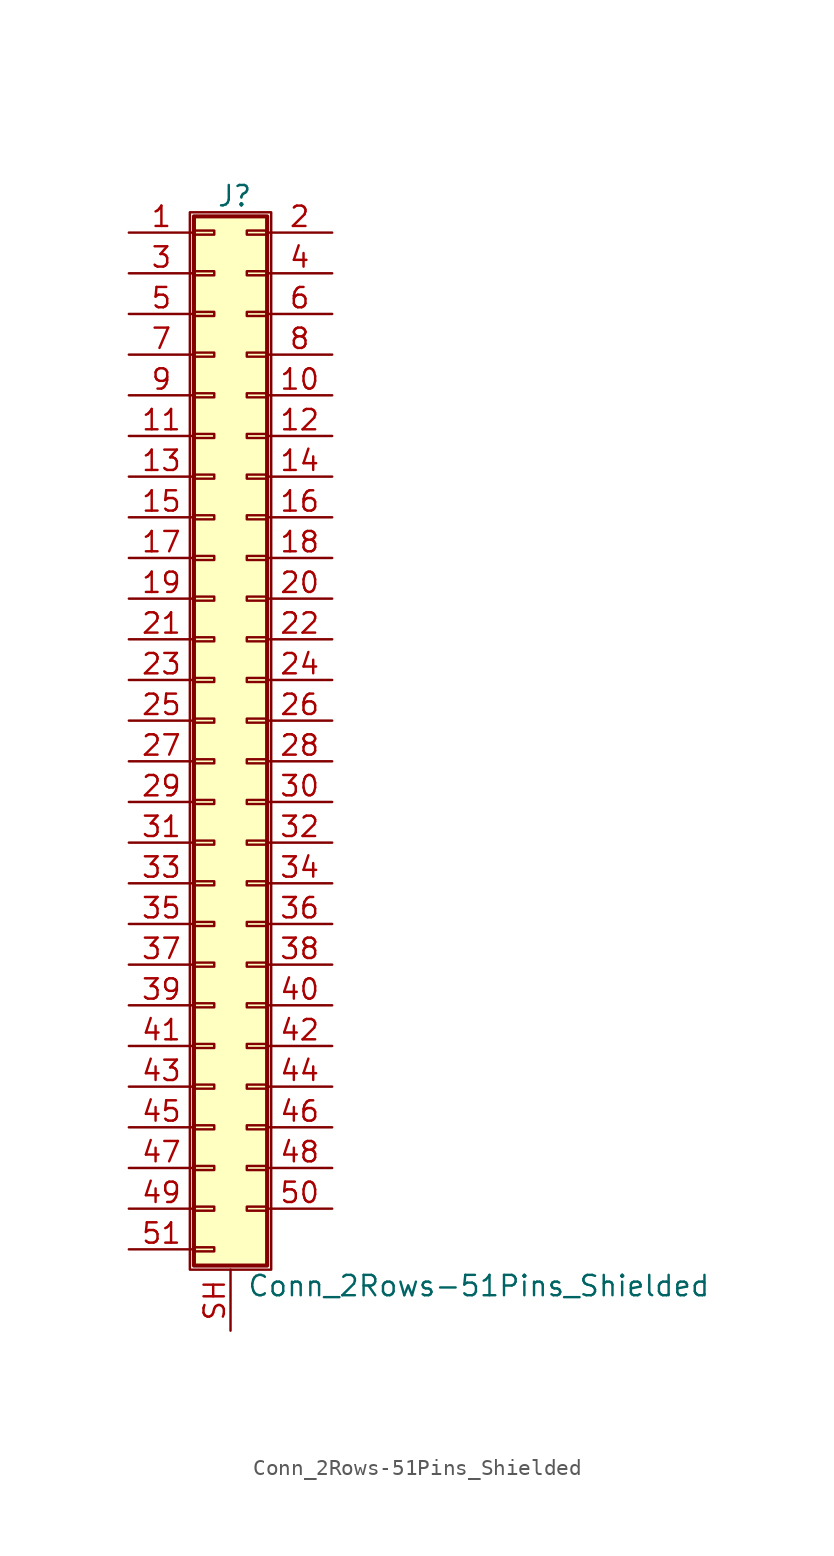
<source format=kicad_sym>
(kicad_symbol_lib
  (version 20200908)
  (generator kicad_symbol_editor)
  (symbol "Connector_Generic_Shielded:Conn_2Rows-51Pins_Shielded"
    (pin_names
      (offset 1.016) hide)
    (property "Reference" "J"
      (at 1.524 32.766 0)
      (effects (font (size 1.27 1.27))))
    (property "Value" "Conn_2Rows-51Pins_Shielded"
      (at 2.286 -35.306 0)
      (effects (font (size 1.27 1.27)) (justify left)))
    (symbol "Conn_2Rows-51Pins_Shielded_1_1"
      (rectangle (start -1.016 -27.813) (end 0.254 -28.067) (stroke (width 0.152)) (fill (type none)))
      (rectangle (start -1.016 -30.353) (end 0.254 -30.607) (stroke (width 0.152)) (fill (type none)))
      (rectangle (start -1.016 -32.893) (end 0.254 -33.147) (stroke (width 0.152)) (fill (type none)))
      (rectangle (start -1.016 -4.953) (end 0.254 -5.207) (stroke (width 0.152)) (fill (type none)))
      (rectangle (start -1.016 -7.493) (end 0.254 -7.747) (stroke (width 0.152)) (fill (type none)))
      (rectangle (start -1.016 -10.033) (end 0.254 -10.287) (stroke (width 0.152)) (fill (type none)))
      (rectangle (start -1.016 -12.573) (end 0.254 -12.827) (stroke (width 0.152)) (fill (type none)))
      (rectangle (start -1.016 -15.113) (end 0.254 -15.367) (stroke (width 0.152)) (fill (type none)))
      (rectangle (start -1.016 -17.653) (end 0.254 -17.907) (stroke (width 0.152)) (fill (type none)))
      (rectangle (start -1.016 -20.193) (end 0.254 -20.447) (stroke (width 0.152)) (fill (type none)))
      (rectangle (start -1.016 -22.733) (end 0.254 -22.987) (stroke (width 0.152)) (fill (type none)))
      (rectangle (start -1.016 -2.413) (end 0.254 -2.667) (stroke (width 0.152)) (fill (type none)))
      (rectangle (start -1.016 -25.273) (end 0.254 -25.527) (stroke (width 0.152)) (fill (type none)))
      (rectangle (start -1.016 25.527) (end 0.254 25.273) (stroke (width 0.152)) (fill (type none)))
      (rectangle (start -1.016 2.667) (end 0.254 2.413) (stroke (width 0.152)) (fill (type none)))
      (rectangle (start -1.016 28.067) (end 0.254 27.813) (stroke (width 0.152)) (fill (type none)))
      (rectangle (start -1.016 30.607) (end 0.254 30.353) (stroke (width 0.152)) (fill (type none)))
      (rectangle (start -1.016 31.496) (end 3.556 -34.036) (stroke (width 0.254)) (fill (type background)))
      (rectangle (start -1.016 5.207) (end 0.254 4.953) (stroke (width 0.152)) (fill (type none)))
      (rectangle (start -1.016 7.747) (end 0.254 7.493) (stroke (width 0.152)) (fill (type none)))
      (rectangle (start -1.016 10.287) (end 0.254 10.033) (stroke (width 0.152)) (fill (type none)))
      (rectangle (start -1.016 0.127) (end 0.254 -0.127) (stroke (width 0.152)) (fill (type none)))
      (rectangle (start -1.016 12.827) (end 0.254 12.573) (stroke (width 0.152)) (fill (type none)))
      (rectangle (start -1.016 15.367) (end 0.254 15.113) (stroke (width 0.152)) (fill (type none)))
      (rectangle (start -1.016 17.907) (end 0.254 17.653) (stroke (width 0.152)) (fill (type none)))
      (rectangle (start -1.016 20.447) (end 0.254 20.193) (stroke (width 0.152)) (fill (type none)))
      (rectangle (start -1.016 22.987) (end 0.254 22.733) (stroke (width 0.152)) (fill (type none)))
      (rectangle (start -1.27 31.75) (end 3.81 -34.29) (stroke (width 0.152)) (fill (type none)))
      (rectangle (start 3.556 -27.813) (end 2.286 -28.067) (stroke (width 0.152)) (fill (type none)))
      (rectangle (start 3.556 -30.353) (end 2.286 -30.607) (stroke (width 0.152)) (fill (type none)))
      (rectangle (start 3.556 -4.953) (end 2.286 -5.207) (stroke (width 0.152)) (fill (type none)))
      (rectangle (start 3.556 -7.493) (end 2.286 -7.747) (stroke (width 0.152)) (fill (type none)))
      (rectangle (start 3.556 -10.033) (end 2.286 -10.287) (stroke (width 0.152)) (fill (type none)))
      (rectangle (start 3.556 -12.573) (end 2.286 -12.827) (stroke (width 0.152)) (fill (type none)))
      (rectangle (start 3.556 -15.113) (end 2.286 -15.367) (stroke (width 0.152)) (fill (type none)))
      (rectangle (start 3.556 -17.653) (end 2.286 -17.907) (stroke (width 0.152)) (fill (type none)))
      (rectangle (start 3.556 -20.193) (end 2.286 -20.447) (stroke (width 0.152)) (fill (type none)))
      (rectangle (start 3.556 -22.733) (end 2.286 -22.987) (stroke (width 0.152)) (fill (type none)))
      (rectangle (start 3.556 -2.413) (end 2.286 -2.667) (stroke (width 0.152)) (fill (type none)))
      (rectangle (start 3.556 -25.273) (end 2.286 -25.527) (stroke (width 0.152)) (fill (type none)))
      (rectangle (start 3.556 25.527) (end 2.286 25.273) (stroke (width 0.152)) (fill (type none)))
      (rectangle (start 3.556 2.667) (end 2.286 2.413) (stroke (width 0.152)) (fill (type none)))
      (rectangle (start 3.556 28.067) (end 2.286 27.813) (stroke (width 0.152)) (fill (type none)))
      (rectangle (start 3.556 30.607) (end 2.286 30.353) (stroke (width 0.152)) (fill (type none)))
      (rectangle (start 3.556 5.207) (end 2.286 4.953) (stroke (width 0.152)) (fill (type none)))
      (rectangle (start 3.556 7.747) (end 2.286 7.493) (stroke (width 0.152)) (fill (type none)))
      (rectangle (start 3.556 10.287) (end 2.286 10.033) (stroke (width 0.152)) (fill (type none)))
      (rectangle (start 3.556 0.127) (end 2.286 -0.127) (stroke (width 0.152)) (fill (type none)))
      (rectangle (start 3.556 12.827) (end 2.286 12.573) (stroke (width 0.152)) (fill (type none)))
      (rectangle (start 3.556 15.367) (end 2.286 15.113) (stroke (width 0.152)) (fill (type none)))
      (rectangle (start 3.556 17.907) (end 2.286 17.653) (stroke (width 0.152)) (fill (type none)))
      (rectangle (start 3.556 20.447) (end 2.286 20.193) (stroke (width 0.152)) (fill (type none)))
      (rectangle (start 3.556 22.987) (end 2.286 22.733) (stroke (width 0.152)) (fill (type none)))
      (pin passive line (at -5.08 30.48 0) (length 4.064) (name "Pin_1" (effects (font (size 1.27 1.27)))) (number "1" (effects (font (size 1.27 1.27)))))
      (pin passive line (at 7.62 20.32 180) (length 4.064) (name "Pin_10" (effects (font (size 1.27 1.27)))) (number "10" (effects (font (size 1.27 1.27)))))
      (pin passive line (at -5.08 17.78 0) (length 4.064) (name "Pin_11" (effects (font (size 1.27 1.27)))) (number "11" (effects (font (size 1.27 1.27)))))
      (pin passive line (at 7.62 17.78 180) (length 4.064) (name "Pin_12" (effects (font (size 1.27 1.27)))) (number "12" (effects (font (size 1.27 1.27)))))
      (pin passive line (at -5.08 15.24 0) (length 4.064) (name "Pin_13" (effects (font (size 1.27 1.27)))) (number "13" (effects (font (size 1.27 1.27)))))
      (pin passive line (at 7.62 15.24 180) (length 4.064) (name "Pin_14" (effects (font (size 1.27 1.27)))) (number "14" (effects (font (size 1.27 1.27)))))
      (pin passive line (at -5.08 12.7 0) (length 4.064) (name "Pin_15" (effects (font (size 1.27 1.27)))) (number "15" (effects (font (size 1.27 1.27)))))
      (pin passive line (at 7.62 12.7 180) (length 4.064) (name "Pin_16" (effects (font (size 1.27 1.27)))) (number "16" (effects (font (size 1.27 1.27)))))
      (pin passive line (at -5.08 10.16 0) (length 4.064) (name "Pin_17" (effects (font (size 1.27 1.27)))) (number "17" (effects (font (size 1.27 1.27)))))
      (pin passive line (at 7.62 10.16 180) (length 4.064) (name "Pin_18" (effects (font (size 1.27 1.27)))) (number "18" (effects (font (size 1.27 1.27)))))
      (pin passive line (at -5.08 7.62 0) (length 4.064) (name "Pin_19" (effects (font (size 1.27 1.27)))) (number "19" (effects (font (size 1.27 1.27)))))
      (pin passive line (at 7.62 30.48 180) (length 4.064) (name "Pin_2" (effects (font (size 1.27 1.27)))) (number "2" (effects (font (size 1.27 1.27)))))
      (pin passive line (at 7.62 7.62 180) (length 4.064) (name "Pin_20" (effects (font (size 1.27 1.27)))) (number "20" (effects (font (size 1.27 1.27)))))
      (pin passive line (at -5.08 5.08 0) (length 4.064) (name "Pin_21" (effects (font (size 1.27 1.27)))) (number "21" (effects (font (size 1.27 1.27)))))
      (pin passive line (at 7.62 5.08 180) (length 4.064) (name "Pin_22" (effects (font (size 1.27 1.27)))) (number "22" (effects (font (size 1.27 1.27)))))
      (pin passive line (at -5.08 2.54 0) (length 4.064) (name "Pin_23" (effects (font (size 1.27 1.27)))) (number "23" (effects (font (size 1.27 1.27)))))
      (pin passive line (at 7.62 2.54 180) (length 4.064) (name "Pin_24" (effects (font (size 1.27 1.27)))) (number "24" (effects (font (size 1.27 1.27)))))
      (pin passive line (at -5.08 0 0) (length 4.064) (name "Pin_25" (effects (font (size 1.27 1.27)))) (number "25" (effects (font (size 1.27 1.27)))))
      (pin passive line (at 7.62 0 180) (length 4.064) (name "Pin_26" (effects (font (size 1.27 1.27)))) (number "26" (effects (font (size 1.27 1.27)))))
      (pin passive line (at -5.08 -2.54 0) (length 4.064) (name "Pin_27" (effects (font (size 1.27 1.27)))) (number "27" (effects (font (size 1.27 1.27)))))
      (pin passive line (at 7.62 -2.54 180) (length 4.064) (name "Pin_28" (effects (font (size 1.27 1.27)))) (number "28" (effects (font (size 1.27 1.27)))))
      (pin passive line (at -5.08 -5.08 0) (length 4.064) (name "Pin_29" (effects (font (size 1.27 1.27)))) (number "29" (effects (font (size 1.27 1.27)))))
      (pin passive line (at -5.08 27.94 0) (length 4.064) (name "Pin_3" (effects (font (size 1.27 1.27)))) (number "3" (effects (font (size 1.27 1.27)))))
      (pin passive line (at 7.62 -5.08 180) (length 4.064) (name "Pin_30" (effects (font (size 1.27 1.27)))) (number "30" (effects (font (size 1.27 1.27)))))
      (pin passive line (at -5.08 -7.62 0) (length 4.064) (name "Pin_31" (effects (font (size 1.27 1.27)))) (number "31" (effects (font (size 1.27 1.27)))))
      (pin passive line (at 7.62 -7.62 180) (length 4.064) (name "Pin_32" (effects (font (size 1.27 1.27)))) (number "32" (effects (font (size 1.27 1.27)))))
      (pin passive line (at -5.08 -10.16 0) (length 4.064) (name "Pin_33" (effects (font (size 1.27 1.27)))) (number "33" (effects (font (size 1.27 1.27)))))
      (pin passive line (at 7.62 -10.16 180) (length 4.064) (name "Pin_34" (effects (font (size 1.27 1.27)))) (number "34" (effects (font (size 1.27 1.27)))))
      (pin passive line (at -5.08 -12.7 0) (length 4.064) (name "Pin_35" (effects (font (size 1.27 1.27)))) (number "35" (effects (font (size 1.27 1.27)))))
      (pin passive line (at 7.62 -12.7 180) (length 4.064) (name "Pin_36" (effects (font (size 1.27 1.27)))) (number "36" (effects (font (size 1.27 1.27)))))
      (pin passive line (at -5.08 -15.24 0) (length 4.064) (name "Pin_37" (effects (font (size 1.27 1.27)))) (number "37" (effects (font (size 1.27 1.27)))))
      (pin passive line (at 7.62 -15.24 180) (length 4.064) (name "Pin_38" (effects (font (size 1.27 1.27)))) (number "38" (effects (font (size 1.27 1.27)))))
      (pin passive line (at -5.08 -17.78 0) (length 4.064) (name "Pin_39" (effects (font (size 1.27 1.27)))) (number "39" (effects (font (size 1.27 1.27)))))
      (pin passive line (at 7.62 27.94 180) (length 4.064) (name "Pin_4" (effects (font (size 1.27 1.27)))) (number "4" (effects (font (size 1.27 1.27)))))
      (pin passive line (at 7.62 -17.78 180) (length 4.064) (name "Pin_40" (effects (font (size 1.27 1.27)))) (number "40" (effects (font (size 1.27 1.27)))))
      (pin passive line (at -5.08 -20.32 0) (length 4.064) (name "Pin_41" (effects (font (size 1.27 1.27)))) (number "41" (effects (font (size 1.27 1.27)))))
      (pin passive line (at 7.62 -20.32 180) (length 4.064) (name "Pin_42" (effects (font (size 1.27 1.27)))) (number "42" (effects (font (size 1.27 1.27)))))
      (pin passive line (at -5.08 -22.86 0) (length 4.064) (name "Pin_43" (effects (font (size 1.27 1.27)))) (number "43" (effects (font (size 1.27 1.27)))))
      (pin passive line (at 7.62 -22.86 180) (length 4.064) (name "Pin_44" (effects (font (size 1.27 1.27)))) (number "44" (effects (font (size 1.27 1.27)))))
      (pin passive line (at -5.08 -25.4 0) (length 4.064) (name "Pin_45" (effects (font (size 1.27 1.27)))) (number "45" (effects (font (size 1.27 1.27)))))
      (pin passive line (at 7.62 -25.4 180) (length 4.064) (name "Pin_46" (effects (font (size 1.27 1.27)))) (number "46" (effects (font (size 1.27 1.27)))))
      (pin passive line (at -5.08 -27.94 0) (length 4.064) (name "Pin_47" (effects (font (size 1.27 1.27)))) (number "47" (effects (font (size 1.27 1.27)))))
      (pin passive line (at 7.62 -27.94 180) (length 4.064) (name "Pin_48" (effects (font (size 1.27 1.27)))) (number "48" (effects (font (size 1.27 1.27)))))
      (pin passive line (at -5.08 -30.48 0) (length 4.064) (name "Pin_49" (effects (font (size 1.27 1.27)))) (number "49" (effects (font (size 1.27 1.27)))))
      (pin passive line (at -5.08 25.4 0) (length 4.064) (name "Pin_5" (effects (font (size 1.27 1.27)))) (number "5" (effects (font (size 1.27 1.27)))))
      (pin passive line (at 7.62 -30.48 180) (length 4.064) (name "Pin_50" (effects (font (size 1.27 1.27)))) (number "50" (effects (font (size 1.27 1.27)))))
      (pin passive line (at -5.08 -33.02 0) (length 4.064) (name "Pin_51" (effects (font (size 1.27 1.27)))) (number "51" (effects (font (size 1.27 1.27)))))
      (pin passive line (at 7.62 25.4 180) (length 4.064) (name "Pin_6" (effects (font (size 1.27 1.27)))) (number "6" (effects (font (size 1.27 1.27)))))
      (pin passive line (at -5.08 22.86 0) (length 4.064) (name "Pin_7" (effects (font (size 1.27 1.27)))) (number "7" (effects (font (size 1.27 1.27)))))
      (pin passive line (at 7.62 22.86 180) (length 4.064) (name "Pin_8" (effects (font (size 1.27 1.27)))) (number "8" (effects (font (size 1.27 1.27)))))
      (pin passive line (at -5.08 20.32 0) (length 4.064) (name "Pin_9" (effects (font (size 1.27 1.27)))) (number "9" (effects (font (size 1.27 1.27)))))
      (pin passive line (at 1.27 -38.1 90) (length 3.81) (name "Shield" (effects (font (size 1.27 1.27)))) (number "SH" (effects (font (size 1.27 1.27))))))))
</source>
